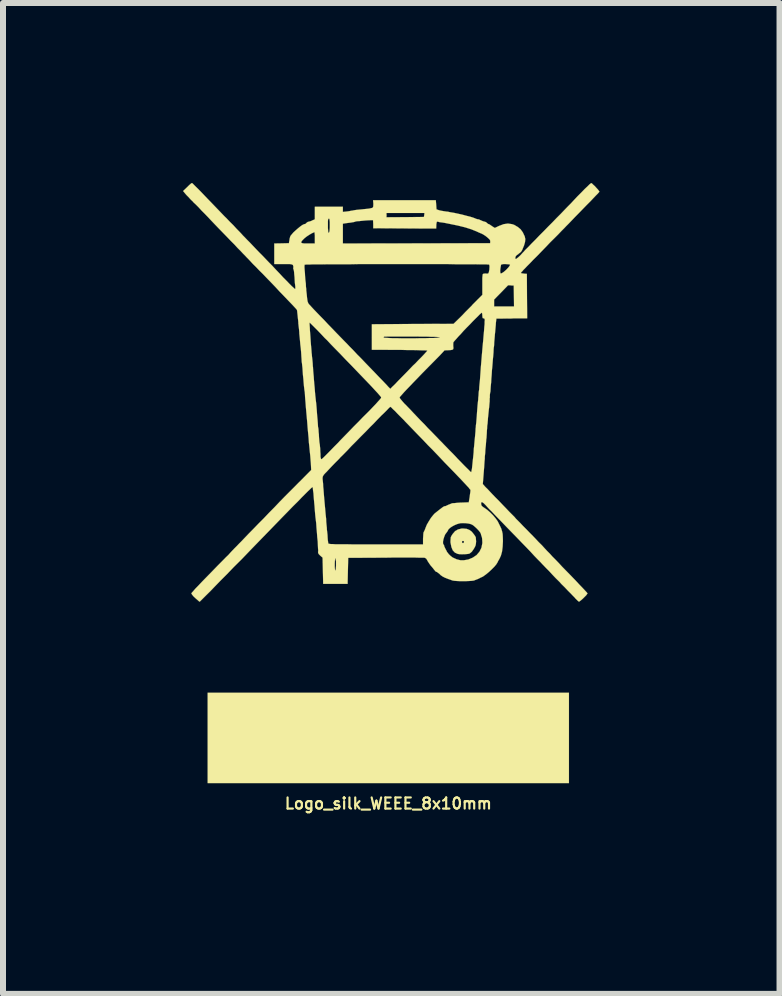
<source format=kicad_pcb>
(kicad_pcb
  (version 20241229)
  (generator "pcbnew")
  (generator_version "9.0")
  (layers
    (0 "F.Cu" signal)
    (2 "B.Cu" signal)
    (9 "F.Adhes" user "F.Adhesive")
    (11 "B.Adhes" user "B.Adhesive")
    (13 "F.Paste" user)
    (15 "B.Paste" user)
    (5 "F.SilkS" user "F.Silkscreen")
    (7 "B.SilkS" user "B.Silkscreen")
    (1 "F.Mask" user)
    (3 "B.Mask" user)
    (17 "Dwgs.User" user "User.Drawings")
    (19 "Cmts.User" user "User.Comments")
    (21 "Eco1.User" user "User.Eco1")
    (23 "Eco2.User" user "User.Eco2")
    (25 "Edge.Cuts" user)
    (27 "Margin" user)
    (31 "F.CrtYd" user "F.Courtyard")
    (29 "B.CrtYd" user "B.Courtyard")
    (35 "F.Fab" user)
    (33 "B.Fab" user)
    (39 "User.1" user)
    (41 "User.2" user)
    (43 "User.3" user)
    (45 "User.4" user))
  (footprint "Logo_silk_WEEE_8x10mm"
    (layer "F.Cu")
    (at 3.42 5.056)
    (property "Reference" "Logo_silk_WEEE_8x10mm" (at 0 5.283 0) (layer "F.SilkS") (effects (font (size 0.185 0.185) (thickness 0.036))))
    (attr through_hole)
    (fp_poly (pts (xy 3.01 4.943) (xy 0 4.943) (xy -3.01 4.943) (xy -3.01 4.188) (xy -3.01 3.437) (xy 0 3.437) (xy 3.01 3.437) (xy 3.01 4.188) (xy 3.01 4.943)) (stroke (width 0.003) (type solid)) (fill yes) (layer "F.SilkS"))
    (fp_poly (pts (xy 1.463 0.914) (xy 1.46 0.953) (xy 1.455 0.98) (xy 1.443 1.008) (xy 1.422 1.044) (xy 1.392 1.087) (xy 1.364 1.11) (xy 1.349 1.12) (xy 1.318 1.125) (xy 1.278 1.128) (xy 1.262 1.128) (xy 1.262 0.917) (xy 1.252 0.907) (xy 1.237 0.907) (xy 1.232 0.909) (xy 1.227 0.927) (xy 1.234 0.94) (xy 1.245 0.945) (xy 1.257 0.937) (xy 1.26 0.932) (xy 1.262 0.917) (xy 1.262 1.128) (xy 1.229 1.13) (xy 1.186 1.128) (xy 1.156 1.123) (xy 1.11 1.102) (xy 1.074 1.064) (xy 1.052 1.011) (xy 1.039 0.945) (xy 1.036 0.914) (xy 1.039 0.874) (xy 1.041 0.846) (xy 1.054 0.82) (xy 1.072 0.792) (xy 1.113 0.744) (xy 1.161 0.716) (xy 1.222 0.701) (xy 1.25 0.701) (xy 1.306 0.706) (xy 1.351 0.724) (xy 1.392 0.754) (xy 1.422 0.792) (xy 1.445 0.823) (xy 1.458 0.848) (xy 1.46 0.876) (xy 1.463 0.914)) (stroke (width 0.003) (type solid)) (fill yes) (layer "F.SilkS"))
    (fp_poly (pts (xy 3.518 -4.912) (xy 3.51 -4.902) (xy 3.49 -4.879) (xy 3.457 -4.846) (xy 3.416 -4.803) (xy 3.368 -4.752) (xy 3.315 -4.699) (xy 3.297 -4.681) (xy 3.236 -4.618) (xy 3.172 -4.552) (xy 3.109 -4.488) (xy 3.051 -4.427) (xy 3.002 -4.376) (xy 2.964 -4.338) (xy 2.931 -4.303) (xy 2.885 -4.257) (xy 2.83 -4.199) (xy 2.766 -4.135) (xy 2.697 -4.067) (xy 2.629 -3.995) (xy 2.56 -3.924) (xy 2.479 -3.84) (xy 2.41 -3.772) (xy 2.357 -3.716) (xy 2.311 -3.67) (xy 2.278 -3.635) (xy 2.25 -3.607) (xy 2.233 -3.586) (xy 2.22 -3.574) (xy 2.215 -3.566) (xy 2.21 -3.559) (xy 2.212 -3.556) (xy 2.225 -3.551) (xy 2.253 -3.548) (xy 2.263 -3.546) (xy 2.309 -3.543) (xy 2.311 -3.172) (xy 2.314 -2.802) (xy 2.095 -2.802) (xy 2.095 -3) (xy 2.093 -3.172) (xy 2.09 -3.348) (xy 2.045 -3.35) (xy 2.029 -3.353) (xy 2.029 -3.691) (xy 2.029 -3.693) (xy 2.017 -3.701) (xy 1.989 -3.703) (xy 1.956 -3.706) (xy 1.92 -3.706) (xy 1.892 -3.701) (xy 1.882 -3.698) (xy 1.877 -3.686) (xy 1.872 -3.658) (xy 1.867 -3.625) (xy 1.864 -3.592) (xy 1.867 -3.564) (xy 1.867 -3.559) (xy 1.875 -3.548) (xy 1.895 -3.556) (xy 1.925 -3.576) (xy 1.963 -3.609) (xy 1.971 -3.617) (xy 1.999 -3.647) (xy 2.019 -3.673) (xy 2.029 -3.691) (xy 2.029 -3.353) (xy 1.996 -3.353) (xy 1.88 -3.233) (xy 1.763 -3.114) (xy 1.763 -3.056) (xy 1.763 -3) (xy 1.93 -3) (xy 2.095 -3) (xy 2.095 -2.802) (xy 2.057 -2.799) (xy 1.801 -2.797) (xy 1.793 -2.728) (xy 1.791 -2.692) (xy 1.786 -2.639) (xy 1.781 -2.581) (xy 1.775 -2.522) (xy 1.775 -2.515) (xy 1.77 -2.459) (xy 1.765 -2.403) (xy 1.763 -2.355) (xy 1.76 -2.324) (xy 1.758 -2.319) (xy 1.755 -2.286) (xy 1.753 -2.235) (xy 1.748 -2.174) (xy 1.742 -2.111) (xy 1.737 -2.045) (xy 1.732 -1.986) (xy 1.727 -1.938) (xy 1.727 -1.935) (xy 1.725 -1.902) (xy 1.722 -1.854) (xy 1.717 -1.796) (xy 1.714 -1.735) (xy 1.712 -1.72) (xy 1.707 -1.664) (xy 1.704 -1.618) (xy 1.702 -1.582) (xy 1.699 -1.572) (xy 1.699 -4.079) (xy 1.697 -4.1) (xy 1.684 -4.12) (xy 1.656 -4.145) (xy 1.651 -4.15) (xy 1.618 -4.176) (xy 1.582 -4.199) (xy 1.56 -4.211) (xy 1.521 -4.227) (xy 1.483 -4.244) (xy 1.478 -4.247) (xy 1.384 -4.285) (xy 1.28 -4.318) (xy 1.158 -4.348) (xy 1.021 -4.376) (xy 0.942 -4.392) (xy 0.897 -4.399) (xy 0.856 -4.404) (xy 0.828 -4.412) (xy 0.818 -4.412) (xy 0.81 -4.412) (xy 0.805 -4.397) (xy 0.8 -4.366) (xy 0.8 -4.356) (xy 0.798 -4.298) (xy 0.602 -4.298) (xy 0.602 -4.557) (xy 0.284 -4.557) (xy -0.03 -4.557) (xy -0.03 -4.521) (xy -0.03 -4.486) (xy 0.282 -4.488) (xy 0.594 -4.491) (xy 0.599 -4.524) (xy 0.602 -4.557) (xy 0.602 -4.298) (xy 0.272 -4.3) (xy -0.251 -4.303) (xy -0.251 -4.371) (xy -0.254 -4.437) (xy -0.295 -4.437) (xy -0.338 -4.435) (xy -0.386 -4.432) (xy -0.437 -4.427) (xy -0.483 -4.422) (xy -0.521 -4.42) (xy -0.546 -4.415) (xy -0.554 -4.412) (xy -0.569 -4.407) (xy -0.599 -4.402) (xy -0.627 -4.397) (xy -0.668 -4.392) (xy -0.706 -4.387) (xy -0.724 -4.384) (xy -0.757 -4.379) (xy -0.757 -4.214) (xy -0.757 -4.049) (xy 0.467 -4.051) (xy 1.697 -4.054) (xy 1.699 -4.079) (xy 1.699 -1.572) (xy 1.697 -1.56) (xy 1.697 -1.557) (xy 1.694 -1.544) (xy 1.692 -1.516) (xy 1.692 -1.478) (xy 1.689 -1.466) (xy 1.689 -1.417) (xy 1.687 -1.4) (xy 1.687 -3.663) (xy 1.684 -3.688) (xy 1.679 -3.698) (xy 1.666 -3.698) (xy 1.636 -3.701) (xy 1.585 -3.701) (xy 1.519 -3.701) (xy 1.438 -3.703) (xy 1.344 -3.703) (xy 1.237 -3.703) (xy 1.12 -3.703) (xy 0.993 -3.706) (xy 0.856 -3.706) (xy 0.714 -3.706) (xy 0.566 -3.706) (xy 0.417 -3.706) (xy 0.262 -3.706) (xy 0.107 -3.706) (xy -0.046 -3.706) (xy -0.198 -3.706) (xy -0.348 -3.706) (xy -0.493 -3.706) (xy -0.632 -3.703) (xy -0.765 -3.703) (xy -0.886 -3.703) (xy -0.975 -3.703) (xy -0.975 -4.351) (xy -0.975 -4.402) (xy -0.978 -4.435) (xy -0.98 -4.455) (xy -0.986 -4.463) (xy -0.991 -4.463) (xy -0.998 -4.46) (xy -1.003 -4.448) (xy -1.006 -4.425) (xy -1.006 -4.384) (xy -1.006 -4.351) (xy -1.006 -4.305) (xy -1.003 -4.267) (xy -1.001 -4.242) (xy -1.001 -4.232) (xy -0.991 -4.229) (xy -0.983 -4.239) (xy -0.978 -4.267) (xy -0.975 -4.315) (xy -0.975 -4.351) (xy -0.975 -3.703) (xy -1.001 -3.703) (xy -1.102 -3.701) (xy -1.191 -3.701) (xy -1.224 -3.701) (xy -1.224 -4.049) (xy -1.224 -4.143) (xy -1.224 -4.183) (xy -1.227 -4.214) (xy -1.229 -4.234) (xy -1.232 -4.237) (xy -1.252 -4.229) (xy -1.283 -4.214) (xy -1.321 -4.191) (xy -1.359 -4.166) (xy -1.392 -4.14) (xy -1.4 -4.133) (xy -1.433 -4.1) (xy -1.45 -4.077) (xy -1.45 -4.061) (xy -1.435 -4.054) (xy -1.402 -4.049) (xy -1.349 -4.049) (xy -1.339 -4.049) (xy -1.224 -4.049) (xy -1.224 -3.701) (xy -1.267 -3.701) (xy -1.326 -3.698) (xy -1.367 -3.698) (xy -1.392 -3.696) (xy -1.394 -3.696) (xy -1.397 -3.683) (xy -1.397 -3.653) (xy -1.394 -3.607) (xy -1.389 -3.553) (xy -1.387 -3.505) (xy -1.382 -3.442) (xy -1.374 -3.381) (xy -1.372 -3.327) (xy -1.367 -3.287) (xy -1.367 -3.269) (xy -1.359 -3.2) (xy -1.354 -3.147) (xy -1.349 -3.109) (xy -1.344 -3.081) (xy -1.336 -3.061) (xy -1.328 -3.045) (xy -1.318 -3.033) (xy -1.303 -3.018) (xy -1.278 -2.99) (xy -1.24 -2.949) (xy -1.191 -2.898) (xy -1.135 -2.84) (xy -1.072 -2.776) (xy -1.006 -2.705) (xy -0.937 -2.634) (xy -0.866 -2.56) (xy -0.795 -2.487) (xy -0.726 -2.416) (xy -0.693 -2.383) (xy -0.645 -2.332) (xy -0.594 -2.281) (xy -0.549 -2.233) (xy -0.511 -2.192) (xy -0.485 -2.167) (xy -0.437 -2.118) (xy -0.384 -2.062) (xy -0.328 -2.004) (xy -0.272 -1.946) (xy -0.213 -1.885) (xy -0.157 -1.826) (xy -0.107 -1.775) (xy -0.061 -1.727) (xy -0.025 -1.689) (xy 0 -1.661) (xy 0.015 -1.646) (xy 0.018 -1.643) (xy 0.03 -1.631) (xy 0.033 -1.628) (xy 0.043 -1.636) (xy 0.061 -1.656) (xy 0.091 -1.684) (xy 0.127 -1.72) (xy 0.145 -1.74) (xy 0.185 -1.781) (xy 0.234 -1.831) (xy 0.292 -1.89) (xy 0.351 -1.951) (xy 0.411 -2.014) (xy 0.452 -2.052) (xy 0.503 -2.106) (xy 0.551 -2.154) (xy 0.592 -2.197) (xy 0.622 -2.23) (xy 0.643 -2.253) (xy 0.65 -2.263) (xy 0.643 -2.266) (xy 0.612 -2.268) (xy 0.564 -2.268) (xy 0.5 -2.271) (xy 0.419 -2.273) (xy 0.323 -2.273) (xy 0.211 -2.276) (xy 0.188 -2.276) (xy -0.274 -2.278) (xy -0.274 -2.492) (xy -0.274 -2.703) (xy 0.406 -2.708) (xy 1.087 -2.71) (xy 1.163 -2.784) (xy 1.194 -2.814) (xy 1.237 -2.857) (xy 1.285 -2.908) (xy 1.339 -2.962) (xy 1.392 -3.015) (xy 1.402 -3.028) (xy 1.567 -3.193) (xy 1.567 -3.365) (xy 1.567 -3.429) (xy 1.567 -3.475) (xy 1.57 -3.508) (xy 1.572 -3.526) (xy 1.575 -3.538) (xy 1.582 -3.543) (xy 1.59 -3.546) (xy 1.613 -3.548) (xy 1.623 -3.548) (xy 1.651 -3.546) (xy 1.669 -3.553) (xy 1.676 -3.574) (xy 1.684 -3.609) (xy 1.684 -3.619) (xy 1.687 -3.663) (xy 1.687 -1.4) (xy 1.684 -1.367) (xy 1.681 -1.328) (xy 1.681 -1.326) (xy 1.676 -1.288) (xy 1.671 -1.24) (xy 1.666 -1.189) (xy 1.661 -1.143) (xy 1.659 -1.105) (xy 1.656 -1.077) (xy 1.656 -1.074) (xy 1.654 -1.049) (xy 1.648 -1.011) (xy 1.646 -0.965) (xy 1.643 -0.932) (xy 1.641 -0.884) (xy 1.638 -0.841) (xy 1.636 -0.805) (xy 1.633 -0.792) (xy 1.631 -0.767) (xy 1.628 -0.726) (xy 1.626 -0.693) (xy 1.623 -0.665) (xy 1.618 -0.62) (xy 1.615 -0.561) (xy 1.608 -0.493) (xy 1.608 -0.465) (xy 1.608 -2.774) (xy 1.605 -2.789) (xy 1.6 -2.797) (xy 1.595 -2.802) (xy 1.587 -2.802) (xy 1.575 -2.804) (xy 1.57 -2.817) (xy 1.567 -2.842) (xy 1.567 -2.85) (xy 1.565 -2.878) (xy 1.56 -2.893) (xy 1.557 -2.896) (xy 1.547 -2.888) (xy 1.524 -2.868) (xy 1.494 -2.837) (xy 1.453 -2.797) (xy 1.407 -2.751) (xy 1.359 -2.7) (xy 1.308 -2.649) (xy 1.257 -2.596) (xy 1.212 -2.545) (xy 1.168 -2.499) (xy 1.133 -2.459) (xy 1.105 -2.428) (xy 1.09 -2.41) (xy 1.085 -2.405) (xy 1.082 -2.38) (xy 1.082 -2.347) (xy 1.082 -2.339) (xy 1.085 -2.311) (xy 1.082 -2.289) (xy 1.079 -2.286) (xy 1.067 -2.278) (xy 1.039 -2.273) (xy 1.006 -2.271) (xy 0.937 -2.268) (xy 0.859 -2.184) (xy 0.859 -2.484) (xy 0.853 -2.487) (xy 0.838 -2.489) (xy 0.81 -2.492) (xy 0.772 -2.494) (xy 0.719 -2.494) (xy 0.648 -2.497) (xy 0.561 -2.497) (xy 0.457 -2.499) (xy 0.396 -2.499) (xy 0.302 -2.499) (xy 0.213 -2.499) (xy 0.132 -2.499) (xy 0.061 -2.499) (xy 0.003 -2.499) (xy -0.038 -2.497) (xy -0.064 -2.497) (xy -0.069 -2.497) (xy -0.079 -2.487) (xy -0.076 -2.482) (xy -0.066 -2.479) (xy -0.036 -2.477) (xy 0.008 -2.474) (xy 0.066 -2.471) (xy 0.132 -2.471) (xy 0.208 -2.469) (xy 0.292 -2.469) (xy 0.376 -2.469) (xy 0.46 -2.469) (xy 0.544 -2.471) (xy 0.622 -2.471) (xy 0.693 -2.474) (xy 0.754 -2.474) (xy 0.803 -2.477) (xy 0.838 -2.479) (xy 0.856 -2.482) (xy 0.859 -2.484) (xy 0.859 -2.184) (xy 0.564 -1.885) (xy 0.493 -1.811) (xy 0.424 -1.74) (xy 0.363 -1.676) (xy 0.307 -1.618) (xy 0.262 -1.57) (xy 0.226 -1.529) (xy 0.201 -1.501) (xy 0.188 -1.486) (xy 0.193 -1.471) (xy 0.213 -1.445) (xy 0.241 -1.412) (xy 0.277 -1.372) (xy 0.287 -1.364) (xy 0.323 -1.326) (xy 0.368 -1.28) (xy 0.422 -1.222) (xy 0.48 -1.161) (xy 0.541 -1.097) (xy 0.602 -1.036) (xy 0.658 -0.975) (xy 0.714 -0.919) (xy 0.765 -0.866) (xy 0.81 -0.82) (xy 0.846 -0.782) (xy 0.869 -0.759) (xy 0.871 -0.757) (xy 0.894 -0.734) (xy 0.927 -0.699) (xy 0.97 -0.655) (xy 1.021 -0.602) (xy 1.077 -0.546) (xy 1.135 -0.485) (xy 1.151 -0.467) (xy 1.206 -0.411) (xy 1.257 -0.358) (xy 1.3 -0.315) (xy 1.339 -0.277) (xy 1.364 -0.251) (xy 1.379 -0.239) (xy 1.379 -0.236) (xy 1.384 -0.246) (xy 1.389 -0.272) (xy 1.394 -0.297) (xy 1.4 -0.353) (xy 1.407 -0.422) (xy 1.415 -0.495) (xy 1.422 -0.566) (xy 1.425 -0.627) (xy 1.43 -0.671) (xy 1.435 -0.726) (xy 1.44 -0.782) (xy 1.443 -0.808) (xy 1.448 -0.864) (xy 1.453 -0.919) (xy 1.455 -0.968) (xy 1.458 -0.986) (xy 1.46 -1.019) (xy 1.466 -1.067) (xy 1.471 -1.128) (xy 1.476 -1.191) (xy 1.478 -1.229) (xy 1.483 -1.293) (xy 1.488 -1.356) (xy 1.494 -1.412) (xy 1.499 -1.455) (xy 1.499 -1.473) (xy 1.504 -1.519) (xy 1.506 -1.562) (xy 1.509 -1.587) (xy 1.514 -1.615) (xy 1.516 -1.659) (xy 1.521 -1.712) (xy 1.527 -1.768) (xy 1.527 -1.77) (xy 1.534 -1.869) (xy 1.542 -1.984) (xy 1.552 -2.103) (xy 1.562 -2.223) (xy 1.572 -2.337) (xy 1.582 -2.441) (xy 1.587 -2.502) (xy 1.595 -2.588) (xy 1.6 -2.657) (xy 1.605 -2.708) (xy 1.605 -2.746) (xy 1.608 -2.774) (xy 1.608 -0.465) (xy 1.603 -0.414) (xy 1.598 -0.335) (xy 1.598 -0.333) (xy 1.575 -0.041) (xy 1.608 -0.003) (xy 1.623 0.013) (xy 1.654 0.043) (xy 1.692 0.084) (xy 1.737 0.132) (xy 1.788 0.185) (xy 1.844 0.241) (xy 1.847 0.244) (xy 1.902 0.302) (xy 1.961 0.363) (xy 2.014 0.419) (xy 2.062 0.467) (xy 2.103 0.508) (xy 2.126 0.536) (xy 2.156 0.566) (xy 2.197 0.607) (xy 2.245 0.658) (xy 2.301 0.714) (xy 2.357 0.772) (xy 2.393 0.808) (xy 2.449 0.866) (xy 2.504 0.925) (xy 2.56 0.98) (xy 2.606 1.031) (xy 2.644 1.072) (xy 2.662 1.09) (xy 2.692 1.12) (xy 2.733 1.166) (xy 2.784 1.217) (xy 2.84 1.275) (xy 2.896 1.336) (xy 2.941 1.382) (xy 3.038 1.481) (xy 3.119 1.565) (xy 3.185 1.636) (xy 3.239 1.692) (xy 3.279 1.735) (xy 3.305 1.763) (xy 3.317 1.778) (xy 3.32 1.781) (xy 3.312 1.793) (xy 3.297 1.814) (xy 3.272 1.839) (xy 3.244 1.867) (xy 3.216 1.892) (xy 3.193 1.91) (xy 3.178 1.92) (xy 3.167 1.913) (xy 3.147 1.895) (xy 3.119 1.867) (xy 3.104 1.849) (xy 3.076 1.821) (xy 3.04 1.783) (xy 2.992 1.735) (xy 2.941 1.681) (xy 2.885 1.626) (xy 2.85 1.587) (xy 2.791 1.529) (xy 2.733 1.468) (xy 2.68 1.41) (xy 2.629 1.359) (xy 2.588 1.316) (xy 2.57 1.298) (xy 2.537 1.262) (xy 2.489 1.214) (xy 2.433 1.156) (xy 2.37 1.087) (xy 2.299 1.013) (xy 2.223 0.935) (xy 2.144 0.853) (xy 2.065 0.772) (xy 1.986 0.691) (xy 1.913 0.615) (xy 1.844 0.544) (xy 1.819 0.518) (xy 1.77 0.467) (xy 1.725 0.419) (xy 1.681 0.376) (xy 1.646 0.338) (xy 1.623 0.312) (xy 1.59 0.279) (xy 1.565 0.262) (xy 1.552 0.262) (xy 1.547 0.279) (xy 1.547 0.292) (xy 1.552 0.315) (xy 1.567 0.333) (xy 1.593 0.351) (xy 1.603 0.358) (xy 1.648 0.389) (xy 1.697 0.432) (xy 1.745 0.48) (xy 1.788 0.531) (xy 1.821 0.577) (xy 1.829 0.592) (xy 1.859 0.653) (xy 1.882 0.701) (xy 1.895 0.744) (xy 1.905 0.79) (xy 1.908 0.841) (xy 1.91 0.904) (xy 1.91 0.912) (xy 1.905 1.006) (xy 1.895 1.085) (xy 1.877 1.151) (xy 1.852 1.206) (xy 1.847 1.214) (xy 1.829 1.245) (xy 1.819 1.267) (xy 1.798 1.3) (xy 1.765 1.339) (xy 1.722 1.382) (xy 1.676 1.425) (xy 1.626 1.466) (xy 1.58 1.499) (xy 1.567 1.506) (xy 1.567 0.927) (xy 1.565 0.889) (xy 1.562 0.856) (xy 1.557 0.838) (xy 1.547 0.808) (xy 1.542 0.787) (xy 1.532 0.767) (xy 1.509 0.737) (xy 1.478 0.704) (xy 1.445 0.673) (xy 1.415 0.648) (xy 1.394 0.635) (xy 1.372 0.627) (xy 1.369 0.625) (xy 1.369 0.066) (xy 1.369 0.061) (xy 1.367 0.053) (xy 1.359 0.046) (xy 1.349 0.033) (xy 1.336 0.015) (xy 1.316 -0.005) (xy 1.288 -0.036) (xy 1.255 -0.071) (xy 1.212 -0.117) (xy 1.161 -0.17) (xy 1.1 -0.234) (xy 1.026 -0.31) (xy 0.942 -0.396) (xy 0.846 -0.498) (xy 0.737 -0.612) (xy 0.663 -0.686) (xy 0.584 -0.77) (xy 0.5 -0.856) (xy 0.419 -0.94) (xy 0.343 -1.019) (xy 0.277 -1.087) (xy 0.264 -1.102) (xy 0.208 -1.158) (xy 0.157 -1.209) (xy 0.114 -1.255) (xy 0.076 -1.29) (xy 0.051 -1.316) (xy 0.036 -1.326) (xy 0.033 -1.328) (xy 0.025 -1.321) (xy 0.003 -1.3) (xy -0.028 -1.267) (xy -0.071 -1.224) (xy -0.119 -1.179) (xy -0.119 -1.483) (xy -0.124 -1.494) (xy -0.145 -1.519) (xy -0.178 -1.557) (xy -0.221 -1.603) (xy -0.272 -1.659) (xy -0.33 -1.72) (xy -0.378 -1.77) (xy -0.503 -1.9) (xy -0.615 -2.017) (xy -0.714 -2.118) (xy -0.803 -2.212) (xy -0.884 -2.294) (xy -0.955 -2.367) (xy -1.019 -2.436) (xy -1.059 -2.474) (xy -1.125 -2.545) (xy -1.179 -2.601) (xy -1.222 -2.644) (xy -1.255 -2.677) (xy -1.278 -2.7) (xy -1.293 -2.715) (xy -1.303 -2.725) (xy -1.308 -2.728) (xy -1.311 -2.728) (xy -1.313 -2.718) (xy -1.311 -2.69) (xy -1.308 -2.649) (xy -1.306 -2.601) (xy -1.298 -2.499) (xy -1.293 -2.418) (xy -1.288 -2.352) (xy -1.283 -2.299) (xy -1.28 -2.261) (xy -1.278 -2.23) (xy -1.275 -2.205) (xy -1.273 -2.187) (xy -1.273 -2.179) (xy -1.27 -2.151) (xy -1.265 -2.108) (xy -1.26 -2.055) (xy -1.257 -1.999) (xy -1.255 -1.991) (xy -1.252 -1.933) (xy -1.247 -1.877) (xy -1.242 -1.826) (xy -1.24 -1.791) (xy -1.234 -1.714) (xy -1.227 -1.643) (xy -1.222 -1.577) (xy -1.217 -1.519) (xy -1.212 -1.476) (xy -1.209 -1.448) (xy -1.209 -1.445) (xy -1.206 -1.422) (xy -1.201 -1.379) (xy -1.196 -1.323) (xy -1.191 -1.26) (xy -1.186 -1.186) (xy -1.179 -1.113) (xy -1.176 -1.074) (xy -1.173 -1.031) (xy -1.171 -0.993) (xy -1.166 -0.97) (xy -1.163 -0.945) (xy -1.161 -0.907) (xy -1.156 -0.861) (xy -1.156 -0.846) (xy -1.153 -0.792) (xy -1.148 -0.737) (xy -1.14 -0.688) (xy -1.14 -0.681) (xy -1.135 -0.632) (xy -1.133 -0.577) (xy -1.13 -0.541) (xy -1.13 -0.498) (xy -1.125 -0.47) (xy -1.118 -0.457) (xy -1.11 -0.455) (xy -1.102 -0.462) (xy -1.079 -0.483) (xy -1.046 -0.516) (xy -1.003 -0.559) (xy -0.953 -0.61) (xy -0.897 -0.668) (xy -0.833 -0.732) (xy -0.803 -0.765) (xy -0.729 -0.841) (xy -0.65 -0.922) (xy -0.572 -1.003) (xy -0.493 -1.082) (xy -0.422 -1.156) (xy -0.358 -1.219) (xy -0.31 -1.267) (xy -0.257 -1.323) (xy -0.208 -1.374) (xy -0.17 -1.417) (xy -0.14 -1.45) (xy -0.122 -1.473) (xy -0.119 -1.483) (xy -0.119 -1.179) (xy -0.124 -1.173) (xy -0.183 -1.113) (xy -0.246 -1.046) (xy -0.3 -0.993) (xy -0.376 -0.914) (xy -0.457 -0.833) (xy -0.536 -0.752) (xy -0.615 -0.673) (xy -0.686 -0.597) (xy -0.749 -0.533) (xy -0.803 -0.48) (xy -0.815 -0.465) (xy -0.886 -0.394) (xy -0.945 -0.333) (xy -0.991 -0.284) (xy -1.026 -0.246) (xy -1.054 -0.218) (xy -1.074 -0.196) (xy -1.085 -0.178) (xy -1.092 -0.163) (xy -1.095 -0.152) (xy -1.095 -0.14) (xy -1.095 -0.127) (xy -1.095 -0.124) (xy -1.092 -0.097) (xy -1.087 -0.051) (xy -1.085 0) (xy -1.079 0.056) (xy -1.079 0.061) (xy -1.069 0.188) (xy -1.057 0.32) (xy -1.044 0.465) (xy -1.036 0.538) (xy -1.034 0.592) (xy -1.029 0.645) (xy -1.024 0.693) (xy -1.024 0.711) (xy -1.019 0.754) (xy -1.013 0.808) (xy -1.011 0.851) (xy -1.008 0.892) (xy -1.003 0.925) (xy -1.001 0.945) (xy -1.001 0.947) (xy -0.998 0.95) (xy -0.993 0.953) (xy -0.986 0.955) (xy -0.97 0.958) (xy -0.95 0.96) (xy -0.922 0.96) (xy -0.884 0.963) (xy -0.833 0.963) (xy -0.772 0.963) (xy -0.696 0.963) (xy -0.607 0.965) (xy -0.5 0.965) (xy -0.376 0.965) (xy -0.234 0.965) (xy -0.206 0.965) (xy 0.579 0.965) (xy 0.579 0.869) (xy 0.582 0.826) (xy 0.584 0.79) (xy 0.587 0.767) (xy 0.589 0.762) (xy 0.597 0.747) (xy 0.61 0.719) (xy 0.622 0.686) (xy 0.643 0.635) (xy 0.676 0.579) (xy 0.711 0.523) (xy 0.747 0.478) (xy 0.77 0.452) (xy 0.805 0.424) (xy 0.843 0.394) (xy 0.879 0.366) (xy 0.907 0.345) (xy 0.927 0.333) (xy 0.932 0.33) (xy 0.95 0.328) (xy 0.963 0.323) (xy 0.996 0.307) (xy 1.039 0.29) (xy 1.052 0.284) (xy 1.069 0.279) (xy 1.105 0.277) (xy 1.151 0.272) (xy 1.201 0.269) (xy 1.206 0.269) (xy 1.341 0.264) (xy 1.356 0.175) (xy 1.361 0.132) (xy 1.367 0.094) (xy 1.369 0.069) (xy 1.369 0.066) (xy 1.369 0.625) (xy 1.333 0.617) (xy 1.29 0.612) (xy 1.288 0.612) (xy 1.242 0.61) (xy 1.204 0.612) (xy 1.168 0.62) (xy 1.146 0.627) (xy 1.107 0.643) (xy 1.069 0.663) (xy 1.034 0.686) (xy 1.008 0.709) (xy 0.996 0.726) (xy 0.996 0.729) (xy 0.988 0.744) (xy 0.973 0.765) (xy 0.968 0.772) (xy 0.947 0.8) (xy 0.932 0.838) (xy 0.919 0.879) (xy 0.912 0.917) (xy 0.912 0.95) (xy 0.922 0.968) (xy 0.922 0.97) (xy 0.932 0.986) (xy 0.932 0.996) (xy 0.94 1.013) (xy 0.953 1.041) (xy 0.973 1.077) (xy 0.975 1.085) (xy 1.008 1.128) (xy 1.039 1.158) (xy 1.074 1.184) (xy 1.14 1.214) (xy 1.201 1.229) (xy 1.262 1.229) (xy 1.333 1.217) (xy 1.407 1.186) (xy 1.471 1.143) (xy 1.519 1.087) (xy 1.552 1.021) (xy 1.567 0.945) (xy 1.567 0.927) (xy 1.567 1.506) (xy 1.544 1.516) (xy 1.499 1.539) (xy 1.46 1.554) (xy 1.427 1.567) (xy 1.392 1.572) (xy 1.349 1.575) (xy 1.293 1.577) (xy 1.252 1.577) (xy 1.189 1.577) (xy 1.143 1.575) (xy 1.105 1.572) (xy 1.072 1.567) (xy 1.036 1.554) (xy 0.993 1.539) (xy 0.942 1.519) (xy 0.907 1.501) (xy 0.871 1.476) (xy 0.856 1.46) (xy 0.831 1.44) (xy 0.81 1.425) (xy 0.8 1.422) (xy 0.787 1.415) (xy 0.77 1.394) (xy 0.765 1.389) (xy 0.744 1.361) (xy 0.716 1.328) (xy 0.709 1.321) (xy 0.683 1.285) (xy 0.658 1.247) (xy 0.653 1.237) (xy 0.635 1.206) (xy 0.612 1.189) (xy 0.61 1.189) (xy 0.594 1.186) (xy 0.561 1.186) (xy 0.511 1.186) (xy 0.445 1.184) (xy 0.366 1.184) (xy 0.277 1.184) (xy 0.178 1.184) (xy 0.071 1.184) (xy -0.041 1.186) (xy -0.668 1.189) (xy -0.673 1.407) (xy -0.678 1.623) (xy -0.871 1.623) (xy -0.871 1.298) (xy -0.871 1.25) (xy -0.876 1.214) (xy -0.879 1.196) (xy -0.881 1.194) (xy -0.886 1.204) (xy -0.889 1.229) (xy -0.892 1.273) (xy -0.892 1.298) (xy -0.892 1.346) (xy -0.889 1.379) (xy -0.884 1.4) (xy -0.881 1.4) (xy -0.876 1.389) (xy -0.874 1.364) (xy -0.871 1.321) (xy -0.871 1.298) (xy -0.871 1.623) (xy -0.881 1.623) (xy -1.085 1.623) (xy -1.09 1.405) (xy -1.095 1.186) (xy -1.135 1.151) (xy -1.158 1.128) (xy -1.168 1.11) (xy -1.171 1.087) (xy -1.168 1.085) (xy -1.168 1.064) (xy -1.171 1.029) (xy -1.173 0.978) (xy -1.176 0.914) (xy -1.184 0.843) (xy -1.189 0.77) (xy -1.196 0.691) (xy -1.201 0.615) (xy -1.209 0.546) (xy -1.214 0.508) (xy -1.219 0.457) (xy -1.224 0.394) (xy -1.229 0.325) (xy -1.234 0.274) (xy -1.242 0.183) (xy -1.247 0.112) (xy -1.255 0.058) (xy -1.257 0.025) (xy -1.262 0.01) (xy -1.267 0.013) (xy -1.283 0.025) (xy -1.306 0.048) (xy -1.341 0.081) (xy -1.387 0.127) (xy -1.443 0.183) (xy -1.511 0.254) (xy -1.593 0.335) (xy -1.687 0.432) (xy -1.781 0.528) (xy -1.966 0.719) (xy -2.139 0.897) (xy -2.299 1.062) (xy -2.443 1.212) (xy -2.578 1.346) (xy -2.695 1.468) (xy -2.802 1.575) (xy -2.893 1.669) (xy -2.969 1.748) (xy -3.033 1.811) (xy -3.081 1.859) (xy -3.117 1.895) (xy -3.137 1.915) (xy -3.145 1.92) (xy -3.155 1.913) (xy -3.175 1.895) (xy -3.205 1.869) (xy -3.216 1.859) (xy -3.246 1.831) (xy -3.269 1.803) (xy -3.279 1.786) (xy -3.282 1.783) (xy -3.274 1.77) (xy -3.251 1.745) (xy -3.216 1.704) (xy -3.167 1.654) (xy -3.104 1.587) (xy -3.028 1.509) (xy -2.941 1.42) (xy -2.842 1.318) (xy -2.731 1.206) (xy -2.705 1.179) (xy -2.667 1.143) (xy -2.624 1.095) (xy -2.573 1.041) (xy -2.52 0.988) (xy -2.487 0.953) (xy -2.443 0.909) (xy -2.388 0.851) (xy -2.322 0.782) (xy -2.245 0.704) (xy -2.164 0.62) (xy -2.075 0.531) (xy -1.986 0.437) (xy -1.895 0.345) (xy -1.806 0.251) (xy -1.72 0.163) (xy -1.636 0.079) (xy -1.56 0.003) (xy -1.494 -0.064) (xy -1.471 -0.086) (xy -1.285 -0.274) (xy -1.29 -0.384) (xy -1.295 -0.442) (xy -1.3 -0.508) (xy -1.306 -0.566) (xy -1.308 -0.584) (xy -1.311 -0.617) (xy -1.316 -0.668) (xy -1.323 -0.732) (xy -1.328 -0.808) (xy -1.336 -0.892) (xy -1.344 -0.98) (xy -1.351 -1.072) (xy -1.359 -1.163) (xy -1.367 -1.25) (xy -1.374 -1.331) (xy -1.379 -1.4) (xy -1.384 -1.455) (xy -1.387 -1.494) (xy -1.389 -1.537) (xy -1.392 -1.575) (xy -1.397 -1.603) (xy -1.4 -1.628) (xy -1.405 -1.671) (xy -1.41 -1.727) (xy -1.415 -1.791) (xy -1.422 -1.857) (xy -1.427 -1.928) (xy -1.427 -1.93) (xy -1.43 -1.976) (xy -1.435 -2.019) (xy -1.438 -2.05) (xy -1.443 -2.083) (xy -1.445 -2.126) (xy -1.448 -2.164) (xy -1.45 -2.2) (xy -1.453 -2.245) (xy -1.458 -2.301) (xy -1.466 -2.367) (xy -1.473 -2.451) (xy -1.483 -2.55) (xy -1.483 -2.568) (xy -1.488 -2.624) (xy -1.496 -2.69) (xy -1.501 -2.758) (xy -1.506 -2.802) (xy -1.511 -2.852) (xy -1.516 -2.896) (xy -1.519 -2.929) (xy -1.524 -2.944) (xy -1.534 -2.957) (xy -1.554 -2.979) (xy -1.59 -3.018) (xy -1.633 -3.063) (xy -1.687 -3.119) (xy -1.748 -3.183) (xy -1.814 -3.251) (xy -1.882 -3.325) (xy -1.953 -3.399) (xy -2.027 -3.475) (xy -2.09 -3.541) (xy -2.149 -3.599) (xy -2.205 -3.658) (xy -2.256 -3.708) (xy -2.301 -3.757) (xy -2.334 -3.792) (xy -2.36 -3.818) (xy -2.362 -3.82) (xy -2.383 -3.843) (xy -2.416 -3.876) (xy -2.459 -3.922) (xy -2.51 -3.973) (xy -2.563 -4.031) (xy -2.621 -4.089) (xy -2.626 -4.094) (xy -2.692 -4.163) (xy -2.764 -4.237) (xy -2.835 -4.31) (xy -2.903 -4.381) (xy -2.964 -4.445) (xy -3.002 -4.486) (xy -3.056 -4.542) (xy -3.111 -4.597) (xy -3.162 -4.653) (xy -3.211 -4.702) (xy -3.249 -4.737) (xy -3.254 -4.745) (xy -3.294 -4.783) (xy -3.33 -4.823) (xy -3.363 -4.856) (xy -3.381 -4.877) (xy -3.419 -4.923) (xy -3.35 -4.989) (xy -3.32 -5.019) (xy -3.294 -5.042) (xy -3.277 -5.055) (xy -3.272 -5.055) (xy -3.261 -5.05) (xy -3.241 -5.029) (xy -3.208 -4.996) (xy -3.167 -4.956) (xy -3.122 -4.91) (xy -3.081 -4.867) (xy -3.02 -4.803) (xy -2.951 -4.732) (xy -2.875 -4.653) (xy -2.802 -4.577) (xy -2.731 -4.503) (xy -2.697 -4.47) (xy -2.642 -4.412) (xy -2.583 -4.354) (xy -2.532 -4.298) (xy -2.484 -4.249) (xy -2.446 -4.209) (xy -2.423 -4.183) (xy -2.395 -4.155) (xy -2.357 -4.115) (xy -2.309 -4.067) (xy -2.256 -4.011) (xy -2.2 -3.952) (xy -2.149 -3.899) (xy -2.09 -3.84) (xy -2.035 -3.782) (xy -1.984 -3.729) (xy -1.935 -3.68) (xy -1.9 -3.642) (xy -1.877 -3.617) (xy -1.811 -3.548) (xy -1.753 -3.485) (xy -1.697 -3.429) (xy -1.648 -3.378) (xy -1.608 -3.338) (xy -1.577 -3.31) (xy -1.56 -3.294) (xy -1.554 -3.289) (xy -1.549 -3.299) (xy -1.549 -3.322) (xy -1.549 -3.33) (xy -1.552 -3.355) (xy -1.557 -3.396) (xy -1.56 -3.447) (xy -1.562 -3.487) (xy -1.567 -3.536) (xy -1.57 -3.576) (xy -1.575 -3.607) (xy -1.58 -3.619) (xy -1.585 -3.637) (xy -1.582 -3.647) (xy -1.582 -3.668) (xy -1.587 -3.686) (xy -1.593 -3.693) (xy -1.603 -3.698) (xy -1.618 -3.703) (xy -1.643 -3.706) (xy -1.681 -3.706) (xy -1.737 -3.706) (xy -1.75 -3.706) (xy -1.9 -3.706) (xy -1.9 -3.876) (xy -1.9 -4.049) (xy -1.778 -4.051) (xy -1.656 -4.054) (xy -1.648 -4.1) (xy -1.643 -4.135) (xy -1.633 -4.166) (xy -1.631 -4.173) (xy -1.61 -4.199) (xy -1.582 -4.232) (xy -1.544 -4.267) (xy -1.506 -4.3) (xy -1.468 -4.331) (xy -1.433 -4.356) (xy -1.407 -4.369) (xy -1.4 -4.371) (xy -1.379 -4.376) (xy -1.364 -4.392) (xy -1.344 -4.407) (xy -1.326 -4.412) (xy -1.306 -4.417) (xy -1.275 -4.427) (xy -1.265 -4.432) (xy -1.224 -4.453) (xy -1.224 -4.557) (xy -1.224 -4.661) (xy -0.991 -4.661) (xy -0.757 -4.661) (xy -0.757 -4.618) (xy -0.757 -4.575) (xy -0.691 -4.582) (xy -0.653 -4.587) (xy -0.615 -4.595) (xy -0.597 -4.597) (xy -0.574 -4.602) (xy -0.536 -4.608) (xy -0.488 -4.613) (xy -0.434 -4.618) (xy -0.419 -4.62) (xy -0.366 -4.625) (xy -0.32 -4.63) (xy -0.284 -4.638) (xy -0.264 -4.643) (xy -0.262 -4.643) (xy -0.251 -4.663) (xy -0.249 -4.702) (xy -0.249 -4.712) (xy -0.254 -4.77) (xy 0.269 -4.77) (xy 0.792 -4.77) (xy 0.798 -4.694) (xy 0.803 -4.618) (xy 0.848 -4.602) (xy 0.879 -4.595) (xy 0.925 -4.587) (xy 0.973 -4.58) (xy 0.983 -4.58) (xy 1.036 -4.569) (xy 1.097 -4.559) (xy 1.166 -4.544) (xy 1.234 -4.529) (xy 1.3 -4.511) (xy 1.361 -4.496) (xy 1.41 -4.481) (xy 1.445 -4.468) (xy 1.455 -4.463) (xy 1.478 -4.455) (xy 1.488 -4.453) (xy 1.509 -4.45) (xy 1.537 -4.437) (xy 1.549 -4.432) (xy 1.577 -4.42) (xy 1.603 -4.412) (xy 1.608 -4.412) (xy 1.628 -4.404) (xy 1.643 -4.392) (xy 1.661 -4.376) (xy 1.674 -4.371) (xy 1.687 -4.366) (xy 1.709 -4.351) (xy 1.727 -4.338) (xy 1.775 -4.308) (xy 1.844 -4.341) (xy 1.923 -4.371) (xy 1.994 -4.381) (xy 2.062 -4.371) (xy 2.098 -4.359) (xy 2.159 -4.323) (xy 2.205 -4.285) (xy 2.243 -4.232) (xy 2.25 -4.216) (xy 2.273 -4.168) (xy 2.283 -4.122) (xy 2.278 -4.072) (xy 2.261 -4.013) (xy 2.25 -3.988) (xy 2.233 -3.945) (xy 2.217 -3.917) (xy 2.197 -3.896) (xy 2.172 -3.879) (xy 2.172 -3.876) (xy 2.136 -3.851) (xy 2.118 -3.825) (xy 2.118 -3.797) (xy 2.121 -3.792) (xy 2.129 -3.79) (xy 2.141 -3.8) (xy 2.167 -3.82) (xy 2.202 -3.853) (xy 2.248 -3.904) (xy 2.25 -3.904) (xy 2.283 -3.942) (xy 2.332 -3.99) (xy 2.39 -4.051) (xy 2.454 -4.115) (xy 2.522 -4.186) (xy 2.593 -4.257) (xy 2.662 -4.328) (xy 2.733 -4.399) (xy 2.804 -4.473) (xy 2.873 -4.542) (xy 2.936 -4.608) (xy 2.995 -4.669) (xy 3.043 -4.717) (xy 3.078 -4.755) (xy 3.152 -4.834) (xy 3.218 -4.9) (xy 3.274 -4.958) (xy 3.32 -5.001) (xy 3.353 -5.034) (xy 3.376 -5.052) (xy 3.381 -5.055) (xy 3.393 -5.05) (xy 3.414 -5.029) (xy 3.442 -5.004) (xy 3.467 -4.976) (xy 3.493 -4.948) (xy 3.51 -4.925) (xy 3.518 -4.912)) (stroke (width 0.003) (type solid)) (fill yes) (layer "F.SilkS")))
  (gr_rect
    (start -3 -3)
    (end 9.939 13.51)
    (stroke (width 0.1) (type default))
    (fill no)
    (layer "Edge.Cuts")))
</source>
